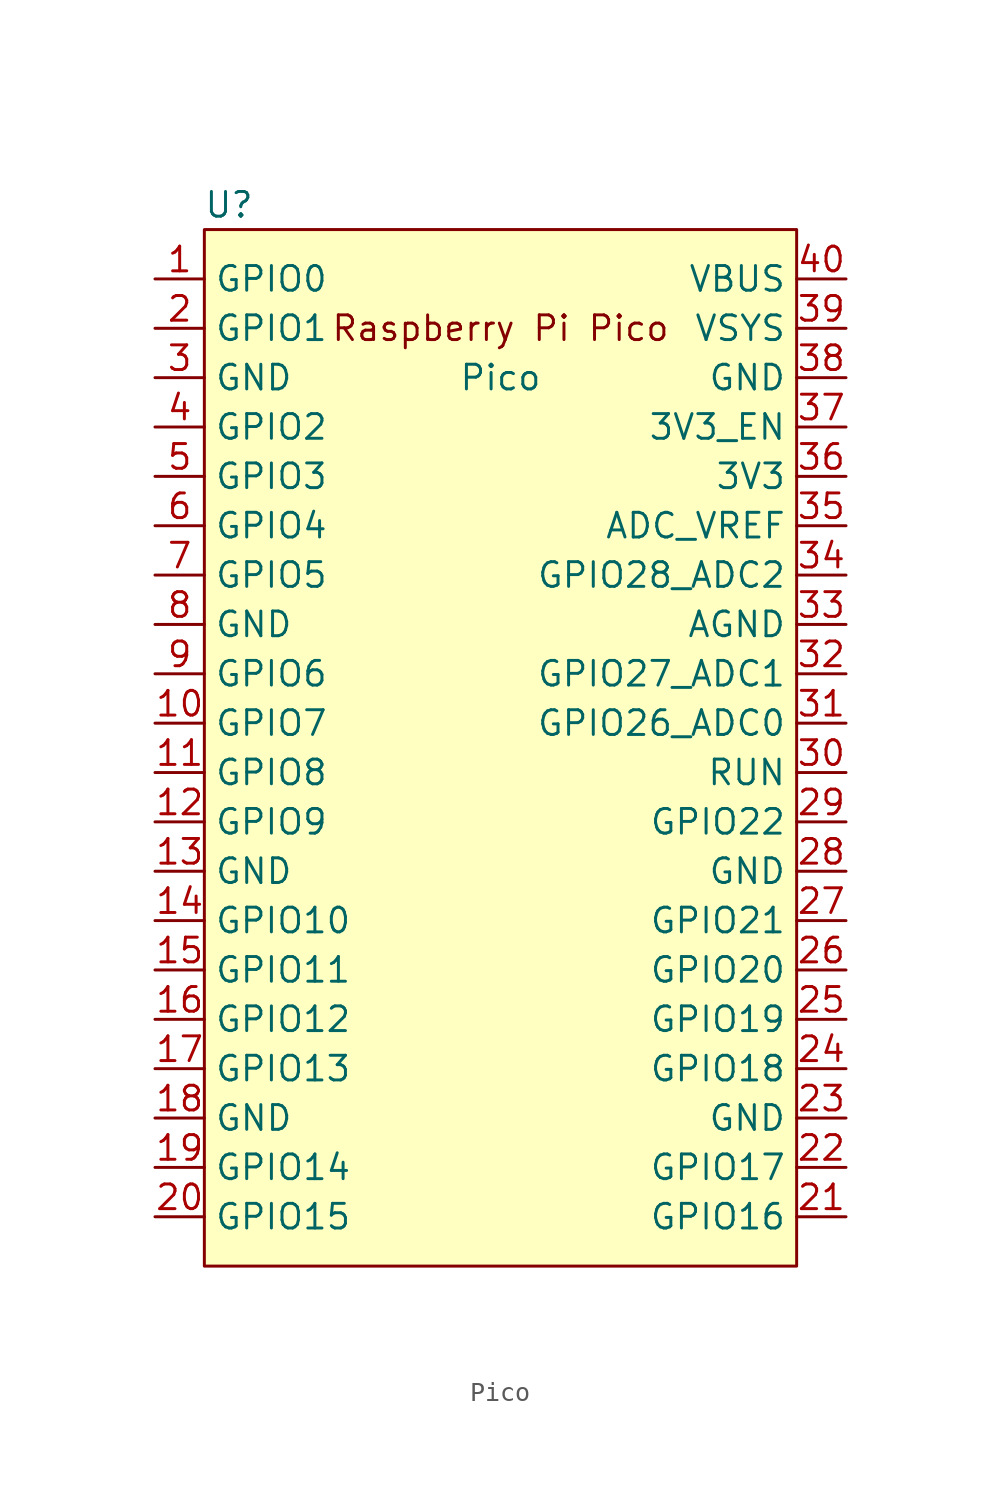
<source format=kicad_sym>
(kicad_symbol_lib
  (version 20241209)
  (generator "kicad_symbol_editor")
  (generator_version "9.0")
  (symbol "Pico"
    (property "Reference" "U"
      (at -13.97 27.94 0)
      (effects (font (size 1.27 1.27))))
    (property "Value" "Pico"
      (at 0 19.05 0)
      (effects (font (size 1.27 1.27))))
    (symbol "Pico_0_0"
      (text "Raspberry Pi Pico" (at 0 21.59 0) (effects (font (size 1.27 1.27)))))
    (symbol "Pico_0_1"
      (rectangle (start -15.24 26.67) (end 15.24 -26.67) (stroke (width 0) (type default)) (fill (type background))))
    (symbol "Pico_1_1"
      (pin bidirectional line (at -17.78 24.13 0) (length 2.54) (name "GPIO0" (effects (font (size 1.27 1.27)))) (number "1" (effects (font (size 1.27 1.27)))))
      (pin bidirectional line (at -17.78 21.59 0) (length 2.54) (name "GPIO1" (effects (font (size 1.27 1.27)))) (number "2" (effects (font (size 1.27 1.27)))))
      (pin power_in line (at -17.78 19.05 0) (length 2.54) (name "GND" (effects (font (size 1.27 1.27)))) (number "3" (effects (font (size 1.27 1.27)))))
      (pin bidirectional line (at -17.78 16.51 0) (length 2.54) (name "GPIO2" (effects (font (size 1.27 1.27)))) (number "4" (effects (font (size 1.27 1.27)))))
      (pin bidirectional line (at -17.78 13.97 0) (length 2.54) (name "GPIO3" (effects (font (size 1.27 1.27)))) (number "5" (effects (font (size 1.27 1.27)))))
      (pin bidirectional line (at -17.78 11.43 0) (length 2.54) (name "GPIO4" (effects (font (size 1.27 1.27)))) (number "6" (effects (font (size 1.27 1.27)))))
      (pin bidirectional line (at -17.78 8.89 0) (length 2.54) (name "GPIO5" (effects (font (size 1.27 1.27)))) (number "7" (effects (font (size 1.27 1.27)))))
      (pin power_in line (at -17.78 6.35 0) (length 2.54) (name "GND" (effects (font (size 1.27 1.27)))) (number "8" (effects (font (size 1.27 1.27)))))
      (pin bidirectional line (at -17.78 3.81 0) (length 2.54) (name "GPIO6" (effects (font (size 1.27 1.27)))) (number "9" (effects (font (size 1.27 1.27)))))
      (pin bidirectional line (at -17.78 1.27 0) (length 2.54) (name "GPIO7" (effects (font (size 1.27 1.27)))) (number "10" (effects (font (size 1.27 1.27)))))
      (pin bidirectional line (at -17.78 -1.27 0) (length 2.54) (name "GPIO8" (effects (font (size 1.27 1.27)))) (number "11" (effects (font (size 1.27 1.27)))))
      (pin bidirectional line (at -17.78 -3.81 0) (length 2.54) (name "GPIO9" (effects (font (size 1.27 1.27)))) (number "12" (effects (font (size 1.27 1.27)))))
      (pin power_in line (at -17.78 -6.35 0) (length 2.54) (name "GND" (effects (font (size 1.27 1.27)))) (number "13" (effects (font (size 1.27 1.27)))))
      (pin bidirectional line (at -17.78 -8.89 0) (length 2.54) (name "GPIO10" (effects (font (size 1.27 1.27)))) (number "14" (effects (font (size 1.27 1.27)))))
      (pin bidirectional line (at -17.78 -11.43 0) (length 2.54) (name "GPIO11" (effects (font (size 1.27 1.27)))) (number "15" (effects (font (size 1.27 1.27)))))
      (pin bidirectional line (at -17.78 -13.97 0) (length 2.54) (name "GPIO12" (effects (font (size 1.27 1.27)))) (number "16" (effects (font (size 1.27 1.27)))))
      (pin bidirectional line (at -17.78 -16.51 0) (length 2.54) (name "GPIO13" (effects (font (size 1.27 1.27)))) (number "17" (effects (font (size 1.27 1.27)))))
      (pin power_in line (at -17.78 -19.05 0) (length 2.54) (name "GND" (effects (font (size 1.27 1.27)))) (number "18" (effects (font (size 1.27 1.27)))))
      (pin bidirectional line (at -17.78 -21.59 0) (length 2.54) (name "GPIO14" (effects (font (size 1.27 1.27)))) (number "19" (effects (font (size 1.27 1.27)))))
      (pin bidirectional line (at -17.78 -24.13 0) (length 2.54) (name "GPIO15" (effects (font (size 1.27 1.27)))) (number "20" (effects (font (size 1.27 1.27)))))
      (pin power_in line (at 17.78 24.13 180) (length 2.54) (name "VBUS" (effects (font (size 1.27 1.27)))) (number "40" (effects (font (size 1.27 1.27)))))
      (pin power_in line (at 17.78 21.59 180) (length 2.54) (name "VSYS" (effects (font (size 1.27 1.27)))) (number "39" (effects (font (size 1.27 1.27)))))
      (pin bidirectional line (at 17.78 19.05 180) (length 2.54) (name "GND" (effects (font (size 1.27 1.27)))) (number "38" (effects (font (size 1.27 1.27)))))
      (pin input line (at 17.78 16.51 180) (length 2.54) (name "3V3_EN" (effects (font (size 1.27 1.27)))) (number "37" (effects (font (size 1.27 1.27)))))
      (pin power_in line (at 17.78 13.97 180) (length 2.54) (name "3V3" (effects (font (size 1.27 1.27)))) (number "36" (effects (font (size 1.27 1.27)))))
      (pin power_in line (at 17.78 11.43 180) (length 2.54) (name "ADC_VREF" (effects (font (size 1.27 1.27)))) (number "35" (effects (font (size 1.27 1.27)))))
      (pin bidirectional line (at 17.78 8.89 180) (length 2.54) (name "GPIO28_ADC2" (effects (font (size 1.27 1.27)))) (number "34" (effects (font (size 1.27 1.27)))))
      (pin power_in line (at 17.78 6.35 180) (length 2.54) (name "AGND" (effects (font (size 1.27 1.27)))) (number "33" (effects (font (size 1.27 1.27)))))
      (pin bidirectional line (at 17.78 3.81 180) (length 2.54) (name "GPIO27_ADC1" (effects (font (size 1.27 1.27)))) (number "32" (effects (font (size 1.27 1.27)))))
      (pin bidirectional line (at 17.78 1.27 180) (length 2.54) (name "GPIO26_ADC0" (effects (font (size 1.27 1.27)))) (number "31" (effects (font (size 1.27 1.27)))))
      (pin input line (at 17.78 -1.27 180) (length 2.54) (name "RUN" (effects (font (size 1.27 1.27)))) (number "30" (effects (font (size 1.27 1.27)))))
      (pin bidirectional line (at 17.78 -3.81 180) (length 2.54) (name "GPIO22" (effects (font (size 1.27 1.27)))) (number "29" (effects (font (size 1.27 1.27)))))
      (pin power_in line (at 17.78 -6.35 180) (length 2.54) (name "GND" (effects (font (size 1.27 1.27)))) (number "28" (effects (font (size 1.27 1.27)))))
      (pin bidirectional line (at 17.78 -8.89 180) (length 2.54) (name "GPIO21" (effects (font (size 1.27 1.27)))) (number "27" (effects (font (size 1.27 1.27)))))
      (pin bidirectional line (at 17.78 -11.43 180) (length 2.54) (name "GPIO20" (effects (font (size 1.27 1.27)))) (number "26" (effects (font (size 1.27 1.27)))))
      (pin bidirectional line (at 17.78 -13.97 180) (length 2.54) (name "GPIO19" (effects (font (size 1.27 1.27)))) (number "25" (effects (font (size 1.27 1.27)))))
      (pin bidirectional line (at 17.78 -16.51 180) (length 2.54) (name "GPIO18" (effects (font (size 1.27 1.27)))) (number "24" (effects (font (size 1.27 1.27)))))
      (pin power_in line (at 17.78 -19.05 180) (length 2.54) (name "GND" (effects (font (size 1.27 1.27)))) (number "23" (effects (font (size 1.27 1.27)))))
      (pin bidirectional line (at 17.78 -21.59 180) (length 2.54) (name "GPIO17" (effects (font (size 1.27 1.27)))) (number "22" (effects (font (size 1.27 1.27)))))
      (pin bidirectional line (at 17.78 -24.13 180) (length 2.54) (name "GPIO16" (effects (font (size 1.27 1.27)))) (number "21" (effects (font (size 1.27 1.27))))))))
</source>
